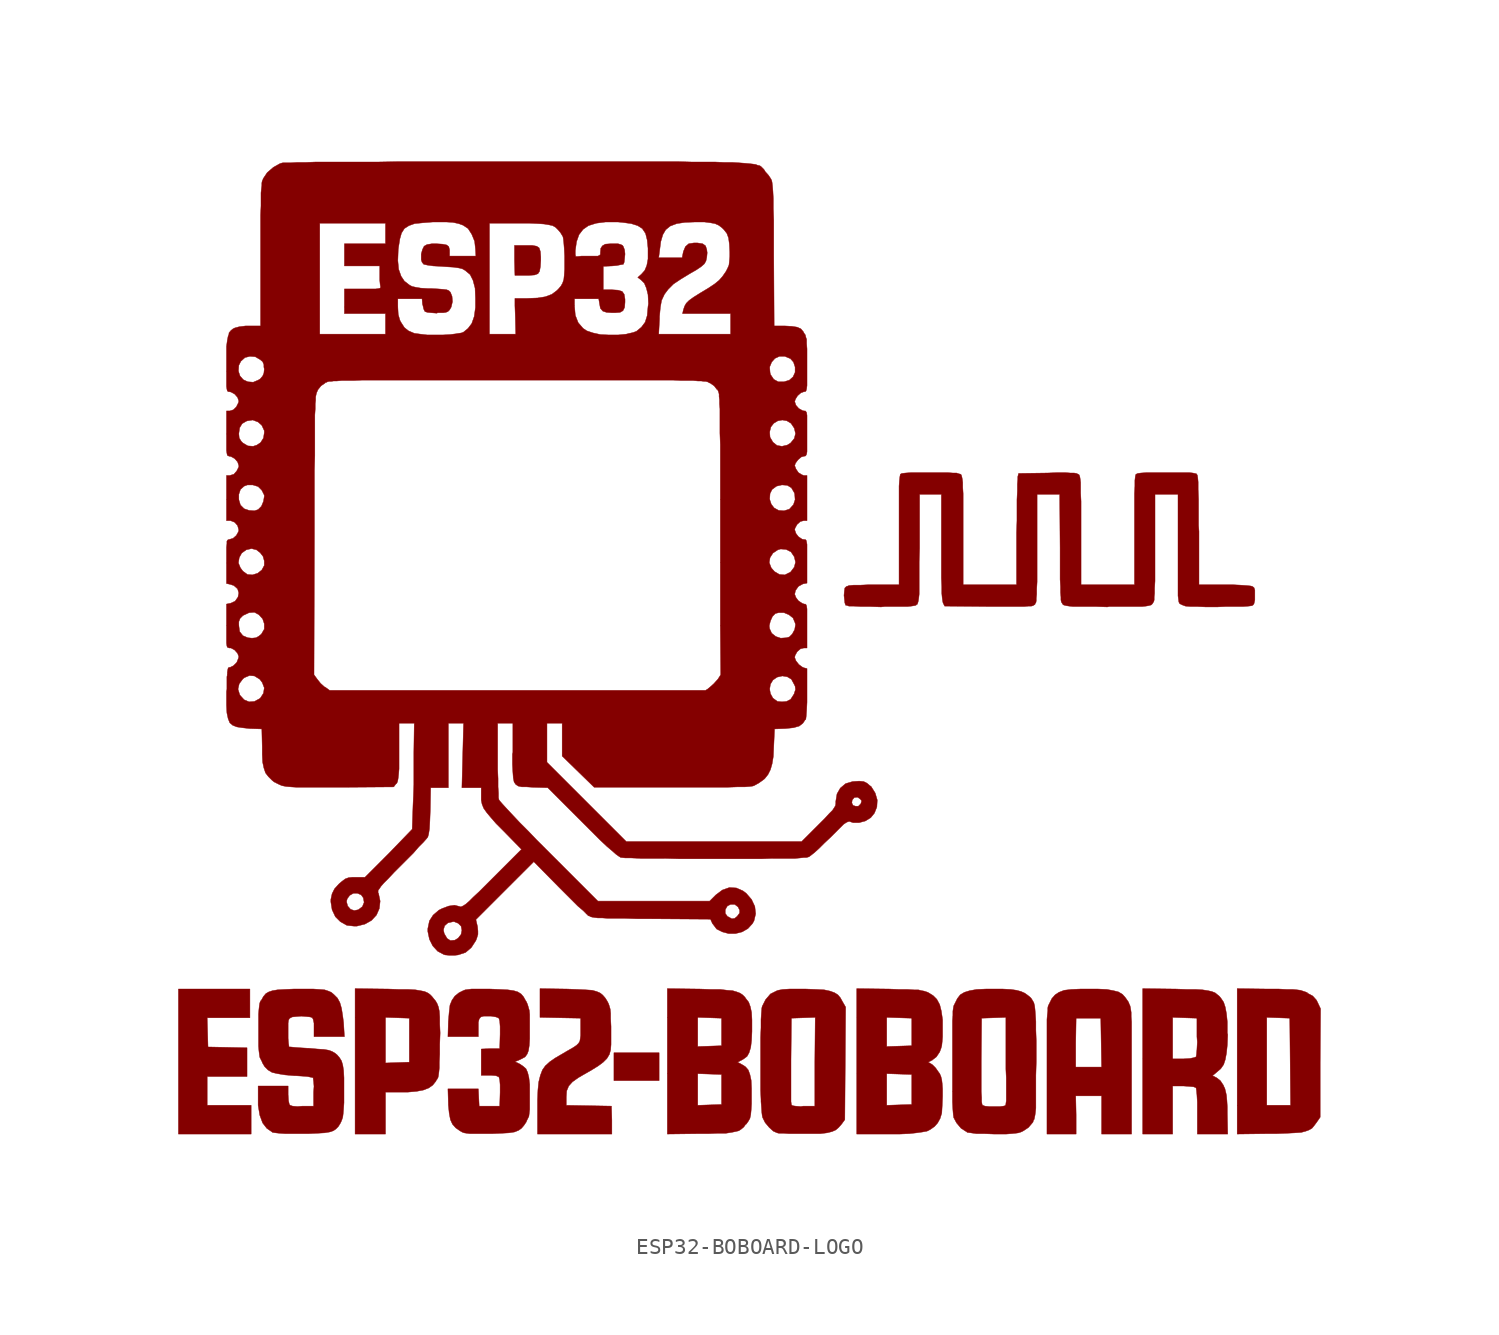
<source format=kicad_sym>
(kicad_symbol_lib
  (version 20241209)
  (generator "kicad_symbol_editor")
  (generator_version "9.0")
  (symbol "ESP32-BOBOARD-LOGO"
    (pin_names
      (offset 1.016))
    (property "Reference" "#G"
      (at 0 -42.57 0)
      (effects (font (size 1.524 1.524)) (hide yes)))
    (symbol "ESP32-BOBOARD-LOGO_0_0"
      (polyline (pts (xy -30.302 -25.832) (xy -33.02 -25.832) (xy -33.02 -24.054) (xy -30.556 -24.054) (xy -30.556 -22.276) (xy -31.775 -22.25) (xy -32.969 -22.225) (xy -32.995 -21.311) (xy -33.02 -20.422) (xy -30.378 -20.422) (xy -30.378 -18.644) (xy -34.798 -18.644) (xy -34.798 -27.61) (xy -30.302 -27.61) (xy -30.302 -25.832)) (stroke (width 0.025) (type solid)) (fill (type outline)))
      (polyline (pts (xy -26.187 -27.559) (xy -25.756 -27.534) (xy -25.451 -27.483) (xy -25.222 -27.407) (xy -25.07 -27.305) (xy -24.917 -27.153) (xy -24.79 -26.949) (xy -24.74 -26.848) (xy -24.689 -26.721) (xy -24.638 -26.568) (xy -24.613 -26.365) (xy -24.587 -26.06) (xy -24.562 -25.679) (xy -24.562 -24.13) (xy -24.587 -23.673) (xy -24.638 -23.343) (xy -24.714 -23.089) (xy -24.841 -22.885) (xy -24.994 -22.708) (xy -25.121 -22.606) (xy -25.298 -22.504) (xy -25.502 -22.428) (xy -25.806 -22.377) (xy -26.213 -22.352) (xy -26.772 -22.301) (xy -26.848 -22.301) (xy -27.28 -22.276) (xy -27.61 -22.25) (xy -27.864 -22.225) (xy -27.965 -22.225) (xy -27.965 -22.174) (xy -27.991 -21.996) (xy -28.016 -21.692) (xy -28.016 -20.752) (xy -27.991 -20.574) (xy -27.94 -20.472) (xy -27.864 -20.422) (xy -27.762 -20.371) (xy -27.508 -20.345) (xy -27.203 -20.32) (xy -26.899 -20.345) (xy -26.645 -20.371) (xy -26.518 -20.422) (xy -26.467 -20.523) (xy -26.416 -20.752) (xy -26.416 -21.59) (xy -24.536 -21.59) (xy -24.587 -20.726) (xy -24.638 -20.32) (xy -24.714 -19.837) (xy -24.816 -19.482) (xy -24.968 -19.202) (xy -25.197 -18.974) (xy -25.349 -18.847) (xy -25.527 -18.771) (xy -25.756 -18.694) (xy -26.06 -18.669) (xy -26.441 -18.644) (xy -27.686 -18.644) (xy -28.245 -18.669) (xy -28.677 -18.694) (xy -28.981 -18.745) (xy -29.21 -18.821) (xy -29.388 -18.923) (xy -29.54 -19.101) (xy -29.667 -19.329) (xy -29.718 -19.38) (xy -29.769 -19.507) (xy -29.794 -19.66) (xy -29.82 -19.888) (xy -29.845 -20.193) (xy -29.845 -22.174) (xy -29.82 -22.479) (xy -29.794 -22.682) (xy -29.769 -22.86) (xy -29.616 -23.165) (xy -29.616 -23.19) (xy -29.464 -23.444) (xy -29.261 -23.647) (xy -29.007 -23.8) (xy -28.677 -23.876) (xy -28.219 -23.952) (xy -27.635 -24.003) (xy -27.559 -24.003) (xy -27.153 -24.028) (xy -26.822 -24.054) (xy -26.568 -24.105) (xy -26.467 -24.13) (xy -26.467 -24.181) (xy -26.441 -24.359) (xy -26.416 -24.663) (xy -26.441 -25.019) (xy -26.441 -25.883) (xy -27.127 -25.883) (xy -27.432 -25.908) (xy -27.737 -25.883) (xy -27.889 -25.832) (xy -27.94 -25.781) (xy -27.991 -25.552) (xy -28.016 -25.171) (xy -28.016 -24.638) (xy -29.87 -24.638) (xy -29.87 -25.832) (xy -29.769 -26.441) (xy -29.591 -26.924) (xy -29.337 -27.254) (xy -29.007 -27.483) (xy -28.981 -27.508) (xy -28.804 -27.534) (xy -28.575 -27.559) (xy -28.219 -27.584) (xy -26.721 -27.584) (xy -26.187 -27.559)) (stroke (width 0.025) (type solid)) (fill (type outline)))
      (polyline (pts (xy -21.996 -25.019) (xy -20.625 -25.019) (xy -20.066 -24.968) (xy -19.66 -24.892) (xy -19.329 -24.765) (xy -19.075 -24.587) (xy -18.872 -24.333) (xy -18.872 -24.308) (xy -18.796 -24.206) (xy -18.745 -24.105) (xy -18.72 -23.978) (xy -18.694 -23.774) (xy -18.669 -23.52) (xy -18.669 -23.165) (xy -18.644 -22.682) (xy -18.644 -22.073) (xy -18.618 -21.361) (xy -18.644 -20.803) (xy -18.644 -20.371) (xy -18.669 -20.015) (xy -18.72 -19.761) (xy -18.796 -19.558) (xy -18.898 -19.38) (xy -19.025 -19.228) (xy -19.126 -19.101) (xy -19.253 -18.974) (xy -19.406 -18.872) (xy -19.583 -18.796) (xy -19.837 -18.745) (xy -20.142 -18.694) (xy -20.574 -18.669) (xy -21.133 -18.669) (xy -21.819 -18.644) (xy -23.876 -18.618) (xy -23.876 -20.396) (xy -21.996 -20.396) (xy -20.523 -20.447) (xy -20.523 -23.165) (xy -21.996 -23.216) (xy -21.996 -20.396) (xy -23.876 -20.396) (xy -23.876 -27.61) (xy -21.996 -27.61) (xy -21.996 -25.019)) (stroke (width 0.025) (type solid)) (fill (type outline)))
      (polyline (pts (xy -17.501 -16.535) (xy -17.043 -16.383) (xy -16.688 -16.078) (xy -16.408 -15.646) (xy -16.358 -15.519) (xy -16.281 -15.265) (xy -16.281 -15.062) (xy -16.307 -14.783) (xy -16.408 -14.351) (xy -12.827 -10.77) (xy -11.252 -12.37) (xy -10.109 -13.513) (xy -9.779 -13.792) (xy -9.601 -13.97) (xy -0.991 -13.97) (xy -0.991 -13.741) (xy -0.864 -13.513) (xy -0.66 -13.411) (xy -0.406 -13.411) (xy -0.203 -13.564) (xy -0.102 -13.767) (xy -0.102 -13.945) (xy -0.254 -14.148) (xy -0.406 -14.275) (xy -0.584 -14.3) (xy -0.813 -14.173) (xy -0.838 -14.173) (xy -0.991 -13.97) (xy -9.601 -13.97) (xy -9.449 -14.122) (xy -9.398 -14.122) (xy -9.322 -14.173) (xy -9.22 -14.199) (xy -9.068 -14.224) (xy -8.865 -14.249) (xy -8.585 -14.249) (xy -8.23 -14.275) (xy -7.163 -14.275) (xy -6.426 -14.3) (xy -5.537 -14.3) (xy -1.905 -14.326) (xy -1.778 -14.605) (xy -1.753 -14.63) (xy -1.524 -14.935) (xy -1.168 -15.113) (xy -0.787 -15.215) (xy -0.356 -15.215) (xy 0.051 -15.113) (xy 0.406 -14.91) (xy 0.686 -14.605) (xy 0.787 -14.427) (xy 0.889 -13.995) (xy 0.838 -13.538) (xy 0.635 -13.106) (xy 0.305 -12.725) (xy 0.102 -12.573) (xy -0.305 -12.395) (xy -0.737 -12.37) (xy -1.168 -12.522) (xy -1.575 -12.827) (xy -1.956 -13.208) (xy -8.865 -13.208) (xy -12.649 -9.423) (xy -13.183 -8.865) (xy -13.691 -8.357) (xy -14.122 -7.899) (xy -14.478 -7.518) (xy -14.757 -7.214) (xy -14.935 -7.01) (xy -14.986 -6.934) (xy -15.011 -6.807) (xy -15.011 -6.528) (xy -15.037 -6.147) (xy -15.037 -5.639) (xy -15.062 -5.08) (xy -15.062 -2.21) (xy -14.122 -2.21) (xy -14.122 -4.013) (xy -14.148 -4.115) (xy -14.148 -4.75) (xy -14.122 -5.232) (xy -14.097 -5.588) (xy -14.046 -5.842) (xy -13.945 -5.994) (xy -13.792 -6.096) (xy -13.564 -6.147) (xy -13.259 -6.147) (xy -12.878 -6.172) (xy -11.963 -6.198) (xy -8.712 -9.449) (xy -8.306 -9.83) (xy -7.976 -10.109) (xy -7.747 -10.312) (xy -7.569 -10.439) (xy -7.442 -10.516) (xy -7.391 -10.516) (xy -7.163 -10.541) (xy -6.782 -10.541) (xy -6.248 -10.566) (xy -4.775 -10.566) (xy -3.835 -10.592) (xy 1.27 -10.592) (xy 1.956 -10.566) (xy 3.353 -10.566) (xy 3.632 -10.541) (xy 3.861 -10.516) (xy 4.013 -10.516) (xy 4.115 -10.49) (xy 4.191 -10.465) (xy 4.293 -10.389) (xy 4.521 -10.211) (xy 4.801 -9.957) (xy 5.131 -9.627) (xy 5.512 -9.271) (xy 6.325 -8.458) (xy 6.477 -8.357) (xy 6.579 -8.306) (xy 6.68 -8.28) (xy 6.909 -8.357) (xy 7.29 -8.357) (xy 7.671 -8.255) (xy 8.001 -8.052) (xy 8.23 -7.772) (xy 8.382 -7.391) (xy 8.407 -6.96) (xy 8.28 -6.528) (xy 8.026 -6.121) (xy 7.95 -6.071) (xy 7.772 -5.918) (xy 7.569 -5.817) (xy 7.29 -5.791) (xy 6.883 -5.817) (xy 6.452 -5.944) (xy 6.121 -6.223) (xy 5.918 -6.579) (xy 5.842 -7.036) (xy 5.842 -7.137) (xy 6.833 -7.137) (xy 6.858 -6.96) (xy 6.985 -6.807) (xy 7.188 -6.782) (xy 7.366 -6.909) (xy 7.442 -7.01) (xy 7.391 -7.188) (xy 7.239 -7.341) (xy 7.061 -7.341) (xy 6.909 -7.29) (xy 6.833 -7.137) (xy 5.842 -7.137) (xy 5.842 -7.188) (xy 5.817 -7.315) (xy 5.74 -7.442) (xy 5.639 -7.595) (xy 5.436 -7.798) (xy 5.156 -8.103) (xy 3.734 -9.525) (xy -7.112 -9.525) (xy -12.014 -4.623) (xy -12.014 -2.21) (xy -11.074 -2.21) (xy -11.074 -4.242) (xy -9.093 -6.172) (xy -0.94 -6.172) (xy -0.279 -6.147) (xy 0.203 -6.147) (xy 0.533 -6.121) (xy 0.711 -6.096) (xy 0.787 -6.071) (xy 1.067 -5.918) (xy 1.321 -5.74) (xy 1.448 -5.639) (xy 1.651 -5.385) (xy 1.803 -5.08) (xy 1.905 -4.724) (xy 1.981 -4.267) (xy 2.007 -3.658) (xy 2.057 -2.565) (xy 2.743 -2.54) (xy 3.226 -2.489) (xy 3.581 -2.388) (xy 3.81 -2.21) (xy 3.962 -1.981) (xy 3.988 -1.981) (xy 4.013 -1.778) (xy 4.039 -1.422) (xy 4.064 -0.914) (xy 4.064 1.168) (xy 3.861 1.219) (xy 3.759 1.27) (xy 3.556 1.422) (xy 3.378 1.651) (xy 3.302 1.854) (xy 3.327 1.981) (xy 3.454 2.21) (xy 3.658 2.388) (xy 3.861 2.438) (xy 4.064 2.438) (xy 4.064 4.851) (xy 4.039 5.029) (xy 4.013 5.105) (xy 3.962 5.156) (xy 3.886 5.156) (xy 3.759 5.207) (xy 3.531 5.359) (xy 3.378 5.563) (xy 3.302 5.766) (xy 3.353 5.994) (xy 3.531 6.248) (xy 3.81 6.401) (xy 4.064 6.452) (xy 4.064 8.839) (xy 4.039 8.992) (xy 4.013 9.093) (xy 3.962 9.144) (xy 3.886 9.144) (xy 3.759 9.169) (xy 3.531 9.322) (xy 3.378 9.525) (xy 3.302 9.754) (xy 3.327 9.855) (xy 3.454 10.084) (xy 3.658 10.262) (xy 3.861 10.312) (xy 4.064 10.312) (xy 4.064 13.106) (xy 3.861 13.106) (xy 3.734 13.157) (xy 3.531 13.284) (xy 3.378 13.513) (xy 3.302 13.716) (xy 3.353 13.868) (xy 3.505 14.072) (xy 3.708 14.249) (xy 3.886 14.3) (xy 3.937 14.3) (xy 3.988 14.326) (xy 4.039 14.427) (xy 4.064 14.58) (xy 4.064 16.815) (xy 4.039 16.993) (xy 3.988 17.069) (xy 3.962 17.094) (xy 3.886 17.094) (xy 3.785 17.12) (xy 3.556 17.247) (xy 3.378 17.45) (xy 3.302 17.678) (xy 3.353 17.831) (xy 3.48 18.034) (xy 3.683 18.212) (xy 3.886 18.288) (xy 3.937 18.288) (xy 3.988 18.313) (xy 4.013 18.364) (xy 4.039 18.466) (xy 4.064 18.669) (xy 4.064 20.93) (xy 4.039 21.26) (xy 4.039 21.514) (xy 3.988 21.666) (xy 3.962 21.793) (xy 3.886 21.895) (xy 3.835 21.996) (xy 3.683 22.174) (xy 3.454 22.276) (xy 3.124 22.327) (xy 2.667 22.352) (xy 2.032 22.352) (xy 2.007 26.721) (xy 2.007 28.905) (xy 1.981 29.616) (xy 1.981 30.226) (xy 1.956 30.683) (xy 1.93 31.013) (xy 1.905 31.217) (xy 1.88 31.344) (xy 1.829 31.445) (xy 1.676 31.674) (xy 1.473 31.902) (xy 1.448 31.953) (xy 1.397 32.029) (xy 1.219 32.207) (xy 1.143 32.258) (xy 1.016 32.283) (xy 0.889 32.334) (xy 0.711 32.36) (xy 0.483 32.385) (xy 0.203 32.41) (xy -0.152 32.436) (xy -0.559 32.461) (xy -1.067 32.461) (xy -1.651 32.487) (xy -3.099 32.487) (xy -3.988 32.512) (xy -21.107 32.512) (xy -22.403 32.487) (xy -26.289 32.487) (xy -26.924 32.461) (xy -27.457 32.461) (xy -27.864 32.436) (xy -28.346 32.436) (xy -28.448 32.41) (xy -28.524 32.385) (xy -28.931 32.156) (xy -29.312 31.826) (xy -29.566 31.445) (xy -29.566 31.42) (xy -29.616 31.318) (xy -29.642 31.191) (xy -29.642 31.039) (xy -29.667 30.836) (xy -29.693 30.582) (xy -29.693 29.769) (xy -29.718 29.21) (xy -29.718 22.352) (xy -30.632 22.352) (xy -31.039 22.301) (xy -31.318 22.225) (xy -31.42 22.174) (xy -31.547 22.073) (xy -31.674 21.92) (xy -31.674 21.844) (xy -26.06 21.844) (xy -26.06 28.702) (xy -21.996 28.702) (xy -21.996 27.432) (xy -24.536 27.432) (xy -24.536 26.06) (xy -22.352 26.06) (xy -22.352 25.171) (xy -22.327 24.917) (xy -22.301 24.765) (xy -22.301 24.74) (xy -22.327 24.689) (xy -22.428 24.663) (xy -22.606 24.638) (xy -24.536 24.638) (xy -24.536 23.52) (xy -21.234 23.52) (xy -21.234 24.028) (xy -19.736 24.028) (xy -19.71 23.698) (xy -19.685 23.622) (xy -19.634 23.393) (xy -19.558 23.241) (xy -19.406 23.19) (xy -19.152 23.165) (xy -18.821 23.139) (xy -18.771 23.165) (xy -18.44 23.165) (xy -18.263 23.19) (xy -18.136 23.241) (xy -18.034 23.343) (xy -17.932 23.52) (xy -17.856 23.851) (xy -17.882 24.181) (xy -17.983 24.435) (xy -18.085 24.536) (xy -18.212 24.587) (xy -18.415 24.613) (xy -18.72 24.638) (xy -19.177 24.663) (xy -19.38 24.663) (xy -19.812 24.689) (xy -20.117 24.74) (xy -20.345 24.79) (xy -20.498 24.867) (xy -20.828 25.121) (xy -21.031 25.425) (xy -21.184 25.857) (xy -21.234 26.391) (xy -21.209 27.076) (xy -21.184 27.254) (xy -21.107 27.737) (xy -21.006 28.092) (xy -20.828 28.372) (xy -20.549 28.55) (xy -20.193 28.677) (xy -19.685 28.727) (xy -19.05 28.778) (xy -18.263 28.778) (xy -17.831 28.753) (xy -17.475 28.677) (xy -17.196 28.575) (xy -16.891 28.372) (xy -16.662 28.016) (xy -16.485 27.584) (xy -16.434 27.102) (xy -16.408 26.67) (xy -18.034 26.67) (xy -18.034 27.051) (xy -18.085 27.254) (xy -18.212 27.356) (xy -18.466 27.407) (xy -18.847 27.432) (xy -19.126 27.432) (xy -19.431 27.381) (xy -19.609 27.28) (xy -19.71 27.076) (xy -19.787 26.797) (xy -19.787 26.441) (xy -19.736 26.289) (xy -19.634 26.162) (xy -19.406 26.111) (xy -19.05 26.06) (xy -18.567 26.035) (xy -18.237 26.01) (xy -17.805 25.984) (xy -17.45 25.933) (xy -17.247 25.883) (xy -17.069 25.781) (xy -16.764 25.527) (xy -16.586 25.171) (xy -16.459 24.689) (xy -16.434 24.054) (xy -16.434 23.495) (xy -16.51 22.936) (xy -16.662 22.504) (xy -16.891 22.2) (xy -17.17 21.971) (xy -17.297 21.92) (xy -17.602 21.869) (xy -17.805 21.844) (xy -15.57 21.844) (xy -15.57 28.702) (xy -13.106 28.702) (xy -12.573 28.677) (xy -12.192 28.651) (xy -11.887 28.6) (xy -11.659 28.55) (xy -11.481 28.448) (xy -11.328 28.296) (xy -11.176 28.118) (xy -11.024 27.864) (xy -10.998 27.711) (xy -10.973 27.483) (xy -10.947 27.153) (xy -10.922 26.67) (xy -10.922 25.857) (xy -10.947 25.476) (xy -10.973 25.222) (xy -11.049 24.994) (xy -11.151 24.816) (xy -11.303 24.638) (xy -11.405 24.536) (xy -11.709 24.308) (xy -12.116 24.155) (xy -12.598 24.079) (xy -13.233 24.054) (xy -13.995 24.054) (xy -13.995 23.597) (xy -10.312 23.597) (xy -10.312 24.028) (xy -8.814 24.028) (xy -8.763 23.724) (xy -8.712 23.444) (xy -8.56 23.266) (xy -8.331 23.19) (xy -7.976 23.165) (xy -7.823 23.165) (xy -7.493 23.19) (xy -7.315 23.292) (xy -7.214 23.495) (xy -7.188 23.825) (xy -7.188 24.003) (xy -7.239 24.308) (xy -7.366 24.486) (xy -7.62 24.562) (xy -8.001 24.587) (xy -8.534 24.587) (xy -8.534 26.035) (xy -7.976 26.06) (xy -7.696 26.086) (xy -7.442 26.137) (xy -7.29 26.162) (xy -7.239 26.289) (xy -7.214 26.518) (xy -7.188 26.797) (xy -7.214 27.051) (xy -7.29 27.254) (xy -7.341 27.33) (xy -7.442 27.381) (xy -7.62 27.432) (xy -8.077 27.432) (xy -8.407 27.407) (xy -8.585 27.305) (xy -8.687 27.153) (xy -8.712 26.873) (xy -8.712 26.772) (xy -8.763 26.721) (xy -8.865 26.67) (xy -9.881 26.67) (xy -10.109 26.645) (xy -10.236 26.645) (xy -10.262 26.772) (xy -10.262 27) (xy -10.185 27.559) (xy -10.033 27.991) (xy -9.779 28.321) (xy -9.449 28.55) (xy -8.966 28.702) (xy -8.382 28.778) (xy -7.645 28.778) (xy -7.366 28.753) (xy -6.807 28.677) (xy -6.401 28.55) (xy -6.121 28.372) (xy -5.918 28.067) (xy -5.817 27.661) (xy -5.766 27.153) (xy -5.766 26.492) (xy -5.842 26.086) (xy -5.969 25.781) (xy -6.172 25.552) (xy -6.401 25.349) (xy -6.198 25.197) (xy -5.994 24.994) (xy -5.867 24.689) (xy -5.766 24.282) (xy -5.74 23.724) (xy -5.766 23.546) (xy -5.817 22.987) (xy -5.944 22.581) (xy -6.172 22.276) (xy -6.477 22.022) (xy -6.68 21.946) (xy -7.112 21.844) (xy -5.105 21.844) (xy -5.055 22.784) (xy -5.055 22.936) (xy -5.004 23.495) (xy -4.928 23.927) (xy -4.75 24.308) (xy -4.521 24.613) (xy -4.191 24.943) (xy -3.734 25.248) (xy -3.15 25.603) (xy -2.794 25.806) (xy -2.489 26.01) (xy -2.286 26.187) (xy -2.184 26.365) (xy -2.134 26.594) (xy -2.108 26.873) (xy -2.134 27.076) (xy -2.21 27.305) (xy -2.388 27.432) (xy -2.718 27.483) (xy -2.921 27.483) (xy -3.251 27.432) (xy -3.454 27.254) (xy -3.581 26.949) (xy -3.658 26.568) (xy -5.105 26.568) (xy -5.029 27.153) (xy -4.978 27.559) (xy -4.851 27.991) (xy -4.674 28.296) (xy -4.394 28.524) (xy -3.988 28.677) (xy -3.48 28.753) (xy -2.819 28.778) (xy -2.286 28.778) (xy -1.905 28.727) (xy -1.626 28.677) (xy -1.397 28.575) (xy -1.194 28.423) (xy -1.067 28.296) (xy -0.889 28.067) (xy -0.787 27.788) (xy -0.737 27.407) (xy -0.711 26.924) (xy -0.711 26.645) (xy -0.737 26.34) (xy -0.762 26.111) (xy -0.838 25.933) (xy -0.94 25.73) (xy -0.991 25.654) (xy -1.168 25.4) (xy -1.372 25.171) (xy -1.651 24.943) (xy -2.032 24.689) (xy -2.54 24.384) (xy -2.946 24.13) (xy -3.226 23.927) (xy -3.404 23.749) (xy -3.505 23.571) (xy -3.581 23.343) (xy -3.632 23.114) (xy -0.66 23.114) (xy -0.66 21.844) (xy -5.105 21.844) (xy -7.112 21.844) (xy -7.62 21.793) (xy -8.179 21.793) (xy -8.712 21.819) (xy -9.169 21.92) (xy -9.55 22.047) (xy -9.779 22.2) (xy -10.084 22.555) (xy -10.262 23.012) (xy -10.312 23.597) (xy -13.995 23.597) (xy -13.97 22.936) (xy -13.945 21.844) (xy -15.57 21.844) (xy -17.805 21.844) (xy -18.009 21.819) (xy -18.466 21.793) (xy -19.406 21.793) (xy -19.837 21.844) (xy -20.218 21.895) (xy -20.574 22.047) (xy -20.828 22.25) (xy -21.057 22.606) (xy -21.107 22.708) (xy -21.209 23.063) (xy -21.234 23.52) (xy -24.536 23.52) (xy -24.536 23.114) (xy -21.996 23.114) (xy -21.996 21.844) (xy -26.06 21.844) (xy -31.674 21.844) (xy -31.725 21.717) (xy -31.775 21.463) (xy -31.826 21.082) (xy -31.826 19.558) (xy -31.09 19.558) (xy -31.064 19.914) (xy -30.937 20.168) (xy -30.683 20.396) (xy -30.378 20.472) (xy -30.048 20.447) (xy -29.743 20.269) (xy -29.591 20.142) (xy -29.515 19.964) (xy -29.515 19.812) (xy 1.753 19.812) (xy 1.88 20.117) (xy 2.083 20.345) (xy 2.362 20.472) (xy 2.692 20.472) (xy 2.997 20.345) (xy 3.023 20.345) (xy 3.226 20.117) (xy 3.327 19.812) (xy 3.327 19.482) (xy 3.2 19.202) (xy 2.972 18.999) (xy 2.642 18.898) (xy 2.286 18.898) (xy 2.007 19.05) (xy 1.803 19.355) (xy 1.778 19.482) (xy 1.753 19.812) (xy -29.515 19.812) (xy -29.489 19.685) (xy -29.515 19.431) (xy -29.591 19.253) (xy -29.743 19.075) (xy -29.87 18.999) (xy -30.175 18.872) (xy -30.505 18.898) (xy -30.785 19.025) (xy -30.988 19.253) (xy -31.09 19.558) (xy -31.826 19.558) (xy -31.826 18.618) (xy -31.801 18.44) (xy -31.775 18.339) (xy -31.725 18.288) (xy -31.674 18.288) (xy -31.547 18.263) (xy -31.318 18.136) (xy -31.14 17.932) (xy -31.064 17.704) (xy -31.09 17.602) (xy -31.217 17.348) (xy -31.394 17.17) (xy -31.623 17.094) (xy -31.826 17.094) (xy -31.826 15.672) (xy -31.064 15.672) (xy -31.064 15.697) (xy -31.013 16.053) (xy -30.861 16.307) (xy -30.607 16.459) (xy -30.531 16.485) (xy -30.201 16.535) (xy -29.87 16.408) (xy -29.642 16.205) (xy -29.489 15.875) (xy -29.489 15.748) (xy -29.54 15.418) (xy -29.718 15.138) (xy -29.947 14.986) (xy -30.175 14.91) (xy -30.505 14.935) (xy -30.81 15.113) (xy -30.912 15.215) (xy -31.039 15.418) (xy -31.064 15.672) (xy -31.826 15.672) (xy -31.826 14.656) (xy -31.801 14.478) (xy -31.775 14.351) (xy -31.674 14.3) (xy -31.547 14.275) (xy -31.318 14.148) (xy -31.14 13.945) (xy -31.064 13.716) (xy -31.064 13.64) (xy -31.191 13.386) (xy -31.369 13.183) (xy -31.623 13.106) (xy -31.826 13.106) (xy -31.826 11.608) (xy -31.064 11.608) (xy -31.064 11.938) (xy -30.963 12.243) (xy -30.734 12.446) (xy -30.531 12.522) (xy -30.201 12.522) (xy -29.87 12.421) (xy -29.642 12.192) (xy -29.489 11.887) (xy -29.489 11.811) (xy -29.54 11.506) (xy -29.667 11.201) (xy -29.87 10.998) (xy -30.099 10.922) (xy -30.429 10.947) (xy -30.734 11.049) (xy -30.963 11.278) (xy -31.064 11.608) (xy -31.826 11.608) (xy -31.826 10.312) (xy -31.572 10.312) (xy -31.318 10.211) (xy -31.14 10.008) (xy -31.064 9.728) (xy -31.09 9.627) (xy -31.217 9.398) (xy -31.42 9.22) (xy -31.674 9.144) (xy -31.699 9.144) (xy -31.75 9.119) (xy -31.801 9.042) (xy -31.801 8.89) (xy -31.826 8.661) (xy -31.826 7.696) (xy -31.09 7.696) (xy -31.039 8.026) (xy -30.886 8.306) (xy -30.607 8.509) (xy -30.277 8.585) (xy -29.972 8.509) (xy -29.743 8.331) (xy -29.566 8.103) (xy -29.489 7.823) (xy -29.489 7.544) (xy -29.642 7.264) (xy -29.896 7.061) (xy -30.226 6.96) (xy -30.531 6.985) (xy -30.81 7.188) (xy -30.963 7.391) (xy -31.09 7.696) (xy -31.826 7.696) (xy -31.826 6.426) (xy -31.598 6.375) (xy -31.369 6.299) (xy -31.14 6.096) (xy -31.064 5.842) (xy -31.115 5.588) (xy -31.293 5.334) (xy -31.572 5.207) (xy -31.826 5.156) (xy -31.826 3.835) (xy -31.064 3.835) (xy -31.064 4.064) (xy -30.988 4.267) (xy -30.81 4.445) (xy -30.759 4.47) (xy -30.429 4.623) (xy -30.099 4.648) (xy -29.82 4.496) (xy -29.591 4.242) (xy -29.489 3.937) (xy -29.489 3.607) (xy -29.667 3.302) (xy -29.82 3.175) (xy -29.997 3.073) (xy -30.251 3.048) (xy -30.505 3.073) (xy -30.81 3.2) (xy -31.013 3.454) (xy -31.064 3.835) (xy -31.826 3.835) (xy -31.826 2.743) (xy -31.801 2.565) (xy -31.775 2.489) (xy -31.725 2.464) (xy -31.648 2.438) (xy -31.547 2.438) (xy -31.318 2.311) (xy -31.14 2.108) (xy -31.064 1.905) (xy -31.09 1.803) (xy -31.191 1.549) (xy -31.394 1.346) (xy -31.598 1.245) (xy -31.674 1.245) (xy -31.725 1.194) (xy -31.75 1.092) (xy -31.775 0.94) (xy -31.775 0.787) (xy -26.416 0.787) (xy -26.391 9.423) (xy -26.391 13.411) (xy -26.365 14.326) (xy -26.365 16.84) (xy -26.34 17.221) (xy -26.34 17.526) (xy -26.314 17.755) (xy -26.314 17.958) (xy -26.289 18.085) (xy -26.264 18.186) (xy -26.238 18.263) (xy -26.187 18.364) (xy -26.187 18.39) (xy -25.984 18.644) (xy -25.73 18.821) (xy -25.73 18.847) (xy -25.679 18.847) (xy -25.578 18.898) (xy -25.476 18.923) (xy -25.349 18.923) (xy -25.197 18.948) (xy -24.994 18.948) (xy -24.714 18.974) (xy -23.978 18.974) (xy -23.47 18.999) (xy -4.191 18.999) (xy -3.708 18.974) (xy -2.972 18.974) (xy -2.692 18.948) (xy -2.489 18.948) (xy -2.311 18.923) (xy -2.21 18.923) (xy -2.108 18.898) (xy -2.032 18.872) (xy -2.007 18.847) (xy -1.956 18.821) (xy -1.93 18.821) (xy -1.676 18.644) (xy -1.499 18.415) (xy -1.473 18.415) (xy -1.422 18.313) (xy -1.397 18.237) (xy -1.372 18.136) (xy -1.372 17.983) (xy -1.346 17.78) (xy -1.346 17.526) (xy -1.321 17.221) (xy -1.321 15.799) (xy 1.753 15.799) (xy 1.829 16.104) (xy 2.007 16.332) (xy 2.261 16.485) (xy 2.54 16.535) (xy 2.819 16.485) (xy 3.073 16.332) (xy 3.277 16.027) (xy 3.353 15.697) (xy 3.277 15.392) (xy 3.048 15.113) (xy 2.845 14.986) (xy 2.515 14.91) (xy 2.21 14.961) (xy 1.956 15.164) (xy 1.778 15.469) (xy 1.753 15.799) (xy -1.321 15.799) (xy -1.321 15.723) (xy -1.295 15.011) (xy -1.295 11.633) (xy 1.753 11.633) (xy 1.778 11.989) (xy 1.905 12.243) (xy 2.184 12.446) (xy 2.515 12.522) (xy 2.845 12.497) (xy 3.099 12.344) (xy 3.277 12.04) (xy 3.302 11.963) (xy 3.327 11.608) (xy 3.226 11.303) (xy 2.997 11.049) (xy 2.972 11.024) (xy 2.642 10.922) (xy 2.311 10.947) (xy 2.032 11.1) (xy 1.854 11.328) (xy 1.753 11.633) (xy -1.295 11.633) (xy -1.295 9.474) (xy -1.295 7.722) (xy 1.727 7.722) (xy 1.778 8.026) (xy 1.956 8.306) (xy 2.261 8.509) (xy 2.438 8.56) (xy 2.769 8.534) (xy 3.073 8.382) (xy 3.277 8.077) (xy 3.353 7.747) (xy 3.277 7.442) (xy 3.048 7.137) (xy 2.692 6.96) (xy 2.362 6.985) (xy 2.057 7.163) (xy 1.854 7.391) (xy 1.727 7.722) (xy -1.295 7.722) (xy -1.295 3.81) (xy 1.727 3.81) (xy 1.803 4.115) (xy 1.93 4.394) (xy 2.108 4.572) (xy 2.311 4.623) (xy 2.642 4.623) (xy 2.946 4.496) (xy 3.2 4.293) (xy 3.327 3.988) (xy 3.353 3.886) (xy 3.302 3.581) (xy 3.15 3.302) (xy 2.972 3.124) (xy 2.794 3.073) (xy 2.438 3.048) (xy 2.134 3.15) (xy 1.88 3.353) (xy 1.753 3.632) (xy 1.727 3.81) (xy -1.295 3.81) (xy -1.27 0.787) (xy -1.448 0.508) (xy -1.473 0.483) (xy -1.702 0.229) (xy -1.93 0.025) (xy -2.083 -0.102) (xy 1.753 -0.102) (xy 1.803 0.203) (xy 1.956 0.457) (xy 2.21 0.635) (xy 2.54 0.711) (xy 2.845 0.66) (xy 3.099 0.508) (xy 3.277 0.178) (xy 3.327 0.076) (xy 3.353 -0.127) (xy 3.277 -0.356) (xy 3.277 -0.381) (xy 3.15 -0.584) (xy 3.048 -0.737) (xy 2.794 -0.864) (xy 2.515 -0.889) (xy 2.261 -0.864) (xy 2.235 -0.864) (xy 1.956 -0.66) (xy 1.803 -0.381) (xy 1.753 -0.102) (xy -2.083 -0.102) (xy -2.21 -0.178) (xy -25.451 -0.178) (xy -25.73 0.025) (xy -25.756 0.025) (xy -26.01 0.254) (xy -26.213 0.508) (xy -26.416 0.787) (xy -31.775 0.787) (xy -31.801 0.66) (xy -31.801 0.279) (xy -31.801 -0.102) (xy -31.115 -0.102) (xy -31.039 0.229) (xy -30.81 0.533) (xy -30.709 0.61) (xy -30.404 0.737) (xy -30.099 0.711) (xy -29.769 0.508) (xy -29.616 0.305) (xy -29.489 -0.025) (xy -29.54 -0.356) (xy -29.718 -0.635) (xy -29.769 -0.686) (xy -30.099 -0.864) (xy -30.429 -0.889) (xy -30.734 -0.762) (xy -30.988 -0.483) (xy -31.013 -0.432) (xy -31.115 -0.102) (xy -31.801 -0.102) (xy -31.826 -0.254) (xy -31.826 -1.092) (xy -31.801 -1.575) (xy -31.725 -1.93) (xy -31.623 -2.184) (xy -31.445 -2.337) (xy -31.191 -2.438) (xy -30.861 -2.489) (xy -30.404 -2.54) (xy -29.642 -2.565) (xy -29.616 -3.683) (xy -29.616 -4.14) (xy -29.591 -4.623) (xy -29.515 -4.978) (xy -29.413 -5.283) (xy -29.235 -5.512) (xy -29.007 -5.74) (xy -28.88 -5.842) (xy -28.575 -5.994) (xy -28.397 -6.071) (xy -28.143 -6.121) (xy -27.838 -6.147) (xy -27.457 -6.172) (xy -24.74 -6.172) (xy -21.488 -6.147) (xy -21.336 -5.944) (xy -21.311 -5.944) (xy -21.26 -5.842) (xy -21.234 -5.74) (xy -21.209 -5.588) (xy -21.184 -5.359) (xy -21.158 -5.029) (xy -21.158 -2.21) (xy -20.218 -2.21) (xy -20.244 -4.013) (xy -20.244 -6.02) (xy -20.269 -6.706) (xy -20.295 -7.29) (xy -20.345 -8.763) (xy -21.793 -10.262) (xy -23.266 -11.735) (xy -24.054 -11.735) (xy -24.282 -11.76) (xy -24.486 -11.836) (xy -24.689 -11.989) (xy -24.867 -12.141) (xy -25.146 -12.446) (xy -25.298 -12.751) (xy -25.375 -13.106) (xy -25.375 -13.233) (xy -24.409 -13.233) (xy -24.359 -13.056) (xy -24.206 -12.852) (xy -23.978 -12.725) (xy -23.724 -12.725) (xy -23.495 -12.827) (xy -23.368 -13.005) (xy -23.317 -13.284) (xy -23.419 -13.538) (xy -23.444 -13.564) (xy -23.673 -13.741) (xy -23.927 -13.792) (xy -24.155 -13.716) (xy -24.333 -13.513) (xy -24.409 -13.233) (xy -25.375 -13.233) (xy -25.375 -13.259) (xy -25.298 -13.741) (xy -25.095 -14.173) (xy -24.79 -14.478) (xy -24.384 -14.707) (xy -23.927 -14.757) (xy -23.774 -14.757) (xy -23.266 -14.63) (xy -22.86 -14.402) (xy -22.555 -14.072) (xy -22.377 -13.665) (xy -22.327 -13.208) (xy -22.428 -12.725) (xy -22.454 -12.7) (xy -22.454 -12.548) (xy -22.377 -12.446) (xy -22.276 -12.294) (xy -22.098 -12.09) (xy -21.819 -11.811) (xy -21.463 -11.43) (xy -20.269 -10.236) (xy -19.939 -9.855) (xy -19.66 -9.576) (xy -19.456 -9.347) (xy -19.38 -9.246) (xy -19.329 -9.068) (xy -19.279 -8.738) (xy -19.253 -8.255) (xy -19.228 -7.595) (xy -19.202 -6.198) (xy -18.11 -6.198) (xy -18.11 -2.21) (xy -17.17 -2.21) (xy -17.221 -4.191) (xy -17.272 -6.198) (xy -16.078 -6.198) (xy -16.078 -6.96) (xy -16.027 -7.214) (xy -15.926 -7.468) (xy -15.748 -7.722) (xy -15.494 -8.026) (xy -15.164 -8.407) (xy -14.707 -8.865) (xy -13.589 -10.008) (xy -16.205 -12.624) (xy -16.561 -12.954) (xy -16.815 -13.208) (xy -17.018 -13.386) (xy -17.17 -13.487) (xy -17.272 -13.538) (xy -17.348 -13.564) (xy -17.424 -13.538) (xy -17.729 -13.462) (xy -18.085 -13.513) (xy -18.491 -13.665) (xy -18.694 -13.767) (xy -19.05 -14.072) (xy -19.279 -14.427) (xy -19.38 -14.91) (xy -19.38 -14.986) (xy -18.415 -14.986) (xy -18.339 -14.732) (xy -18.136 -14.554) (xy -17.805 -14.478) (xy -17.755 -14.478) (xy -17.501 -14.58) (xy -17.323 -14.757) (xy -17.272 -15.011) (xy -17.323 -15.265) (xy -17.501 -15.494) (xy -17.704 -15.621) (xy -17.983 -15.646) (xy -18.186 -15.519) (xy -18.364 -15.215) (xy -18.415 -14.986) (xy -19.38 -14.986) (xy -19.38 -15.088) (xy -19.279 -15.57) (xy -19.075 -15.977) (xy -18.771 -16.307) (xy -18.39 -16.51) (xy -18.313 -16.535) (xy -18.034 -16.561) (xy -17.729 -16.561) (xy -17.501 -16.535)) (stroke (width 0.025) (type solid)) (fill (type outline)))
      (polyline (pts (xy -14.783 -27.559) (xy -14.351 -27.534) (xy -14.021 -27.483) (xy -13.767 -27.381) (xy -13.589 -27.254) (xy -13.437 -27.076) (xy -13.284 -26.848) (xy -13.284 -26.822) (xy -13.132 -26.518) (xy -13.106 -26.314) (xy -13.081 -26.086) (xy -13.081 -24.536) (xy -13.132 -24.105) (xy -13.208 -23.8) (xy -13.31 -23.571) (xy -13.487 -23.419) (xy -13.716 -23.266) (xy -13.995 -23.139) (xy -13.691 -23.012) (xy -13.538 -22.936) (xy -13.36 -22.835) (xy -13.233 -22.657) (xy -13.157 -22.454) (xy -13.106 -22.123) (xy -13.081 -21.717) (xy -13.081 -20.218) (xy -13.106 -19.964) (xy -13.208 -19.609) (xy -13.284 -19.431) (xy -13.335 -19.355) (xy -13.462 -19.126) (xy -13.614 -18.948) (xy -13.818 -18.821) (xy -14.072 -18.745) (xy -14.427 -18.694) (xy -14.91 -18.669) (xy -15.519 -18.644) (xy -16.688 -18.644) (xy -16.891 -18.669) (xy -17.069 -18.694) (xy -17.196 -18.745) (xy -17.45 -18.872) (xy -17.704 -19.075) (xy -17.882 -19.329) (xy -18.009 -19.634) (xy -18.059 -20.066) (xy -18.11 -20.65) (xy -18.136 -21.59) (xy -16.256 -21.59) (xy -16.256 -20.701) (xy -16.205 -20.498) (xy -16.104 -20.371) (xy -15.926 -20.32) (xy -15.469 -20.32) (xy -15.164 -20.371) (xy -14.986 -20.447) (xy -14.935 -20.625) (xy -14.91 -20.955) (xy -14.91 -21.438) (xy -14.935 -22.327) (xy -15.519 -22.327) (xy -16.078 -22.352) (xy -16.078 -23.978) (xy -15.469 -23.978) (xy -15.164 -24.003) (xy -14.986 -24.079) (xy -14.935 -24.257) (xy -14.91 -24.562) (xy -14.91 -25.044) (xy -14.935 -25.883) (xy -16.205 -25.883) (xy -16.256 -24.816) (xy -18.136 -24.816) (xy -18.11 -25.73) (xy -18.11 -25.806) (xy -18.059 -26.314) (xy -17.983 -26.721) (xy -17.856 -27) (xy -17.653 -27.229) (xy -17.399 -27.407) (xy -17.272 -27.483) (xy -17.145 -27.534) (xy -16.993 -27.559) (xy -16.789 -27.584) (xy -15.367 -27.584) (xy -14.783 -27.559)) (stroke (width 0.025) (type solid)) (fill (type outline)))
      (polyline (pts (xy -12.776 25.502) (xy -12.573 25.578) (xy -12.471 25.73) (xy -12.421 26.01) (xy -12.395 26.416) (xy -12.395 26.619) (xy -12.421 26.949) (xy -12.497 27.178) (xy -12.649 27.28) (xy -12.929 27.33) (xy -14.021 27.33) (xy -14.021 26.416) (xy -13.995 25.476) (xy -13.132 25.476) (xy -12.776 25.502)) (stroke (width 0.025) (type solid)) (fill (type outline)))
      (polyline (pts (xy -8.001 -26.746) (xy -8.026 -25.883) (xy -10.82 -25.832) (xy -10.82 -25.324) (xy -10.795 -24.943) (xy -10.668 -24.638) (xy -10.439 -24.384) (xy -10.084 -24.13) (xy -9.779 -23.952) (xy -9.246 -23.647) (xy -8.839 -23.393) (xy -8.534 -23.165) (xy -8.306 -22.936) (xy -8.153 -22.682) (xy -8.077 -22.403) (xy -8.052 -22.073) (xy -8.052 -20.955) (xy -8.077 -20.472) (xy -8.077 -20.142) (xy -8.103 -19.888) (xy -8.153 -19.71) (xy -8.204 -19.558) (xy -8.28 -19.406) (xy -8.407 -19.202) (xy -8.56 -19.025) (xy -8.712 -18.898) (xy -8.941 -18.796) (xy -9.22 -18.72) (xy -9.601 -18.694) (xy -10.109 -18.669) (xy -10.77 -18.644) (xy -12.446 -18.618) (xy -12.446 -20.396) (xy -11.201 -20.422) (xy -9.931 -20.447) (xy -9.931 -21.514) (xy -9.957 -21.717) (xy -9.982 -21.869) (xy -10.058 -21.996) (xy -10.185 -22.123) (xy -10.414 -22.276) (xy -10.77 -22.479) (xy -11.201 -22.733) (xy -11.506 -22.911) (xy -11.836 -23.139) (xy -12.116 -23.393) (xy -12.294 -23.647) (xy -12.421 -23.978) (xy -12.522 -24.384) (xy -12.573 -24.892) (xy -12.598 -25.502) (xy -12.598 -27.61) (xy -8.001 -27.61) (xy -8.001 -26.746)) (stroke (width 0.025) (type solid)) (fill (type outline)))
      (polyline (pts (xy -5.08 -22.581) (xy -7.874 -22.581) (xy -7.874 -24.308) (xy -5.08 -24.308) (xy -5.08 -22.581)) (stroke (width 0.025) (type solid)) (fill (type outline)))
      (polyline (pts (xy -2.515 -27.584) (xy -1.981 -27.584) (xy -1.397 -27.559) (xy -0.94 -27.559) (xy -0.61 -27.508) (xy -0.356 -27.457) (xy -0.152 -27.407) (xy 0 -27.305) (xy 0.152 -27.178) (xy 0.279 -27) (xy 0.305 -27) (xy 0.432 -26.822) (xy 0.533 -26.645) (xy 0.584 -26.416) (xy 0.61 -26.137) (xy 0.635 -25.73) (xy 0.635 -24.79) (xy 0.61 -24.282) (xy 0.533 -23.927) (xy 0.432 -23.647) (xy 0.254 -23.444) (xy 0.051 -23.317) (xy -0.229 -23.165) (xy 0.025 -23.038) (xy 0.152 -22.962) (xy 0.356 -22.809) (xy 0.483 -22.581) (xy 0.584 -22.25) (xy 0.635 -21.819) (xy 0.66 -21.26) (xy 0.66 -20.549) (xy 0.635 -20.091) (xy 0.559 -19.736) (xy 0.457 -19.456) (xy 0.279 -19.228) (xy 0.229 -19.152) (xy 0.076 -18.999) (xy -0.076 -18.898) (xy -0.279 -18.821) (xy -0.533 -18.745) (xy -0.864 -18.72) (xy -1.295 -18.669) (xy -1.854 -18.669) (xy -2.565 -18.644) (xy -4.572 -18.618) (xy -4.572 -20.396) (xy -2.692 -20.396) (xy -1.219 -20.447) (xy -1.219 -22.149) (xy -2.692 -22.2) (xy -2.692 -20.396) (xy -4.572 -20.396) (xy -4.572 -23.876) (xy -2.692 -23.876) (xy -1.219 -23.927) (xy -1.219 -25.781) (xy -2.692 -25.832) (xy -2.692 -23.876) (xy -4.572 -23.876) (xy -4.572 -27.61) (xy -2.515 -27.584)) (stroke (width 0.025) (type solid)) (fill (type outline)))
      (polyline (pts (xy 5.309 -27.534) (xy 5.613 -27.457) (xy 5.842 -27.356) (xy 6.02 -27.203) (xy 6.198 -27) (xy 6.401 -26.721) (xy 6.452 -19.761) (xy 6.248 -19.406) (xy 6.121 -19.177) (xy 5.969 -18.999) (xy 5.766 -18.872) (xy 5.486 -18.771) (xy 5.131 -18.694) (xy 4.648 -18.669) (xy 4.013 -18.644) (xy 2.972 -18.644) (xy 2.565 -18.669) (xy 2.286 -18.72) (xy 2.21 -18.745) (xy 1.803 -18.948) (xy 1.499 -19.304) (xy 1.295 -19.71) (xy 1.27 -19.812) (xy 1.245 -20.117) (xy 1.219 -20.523) (xy 1.219 -21.031) (xy 1.194 -21.641) (xy 1.194 -24.917) (xy 1.219 -25.476) (xy 1.219 -25.603) (xy 3.073 -25.603) (xy 3.073 -23.063) (xy 3.099 -20.447) (xy 4.572 -20.396) (xy 4.547 -23.139) (xy 4.547 -25.883) (xy 3.835 -25.883) (xy 3.683 -25.908) (xy 3.353 -25.883) (xy 3.175 -25.857) (xy 3.099 -25.806) (xy 3.099 -25.781) (xy 3.073 -25.603) (xy 1.219 -25.603) (xy 1.245 -25.933) (xy 1.27 -26.289) (xy 1.295 -26.492) (xy 1.321 -26.594) (xy 1.473 -26.899) (xy 1.727 -27.203) (xy 1.981 -27.432) (xy 2.21 -27.534) (xy 2.311 -27.559) (xy 2.565 -27.559) (xy 2.921 -27.584) (xy 4.902 -27.584) (xy 5.309 -27.534)) (stroke (width 0.025) (type solid)) (fill (type outline)))
      (polyline (pts (xy 10.389 -27.584) (xy 10.846 -27.534) (xy 11.201 -27.483) (xy 11.481 -27.432) (xy 11.684 -27.33) (xy 11.862 -27.203) (xy 11.938 -27.153) (xy 12.141 -26.924) (xy 12.294 -26.645) (xy 12.395 -26.314) (xy 12.421 -25.857) (xy 12.446 -25.273) (xy 12.446 -24.816) (xy 12.421 -24.486) (xy 12.395 -24.257) (xy 12.344 -24.054) (xy 12.268 -23.876) (xy 12.192 -23.774) (xy 12.014 -23.52) (xy 11.811 -23.317) (xy 11.557 -23.165) (xy 11.811 -23.038) (xy 11.836 -23.012) (xy 12.065 -22.835) (xy 12.268 -22.53) (xy 12.344 -22.327) (xy 12.395 -22.149) (xy 12.421 -21.895) (xy 12.446 -21.59) (xy 12.446 -20.549) (xy 12.37 -20.015) (xy 12.268 -19.609) (xy 12.09 -19.279) (xy 11.862 -19.05) (xy 11.532 -18.847) (xy 11.303 -18.771) (xy 11.151 -18.745) (xy 10.947 -18.694) (xy 10.668 -18.694) (xy 10.287 -18.669) (xy 9.779 -18.669) (xy 9.144 -18.644) (xy 7.137 -18.618) (xy 7.137 -20.396) (xy 8.992 -20.396) (xy 9.754 -20.422) (xy 10.541 -20.447) (xy 10.541 -22.149) (xy 9.754 -22.174) (xy 8.992 -22.2) (xy 8.992 -20.396) (xy 7.137 -20.396) (xy 7.137 -23.876) (xy 8.992 -23.876) (xy 9.754 -23.901) (xy 10.541 -23.927) (xy 10.541 -25.781) (xy 9.754 -25.806) (xy 8.992 -25.832) (xy 8.992 -23.876) (xy 7.137 -23.876) (xy 7.137 -27.61) (xy 9.804 -27.61) (xy 10.389 -27.584)) (stroke (width 0.025) (type solid)) (fill (type outline)))
      (polyline (pts (xy 16.713 -27.584) (xy 16.967 -27.559) (xy 17.145 -27.534) (xy 17.297 -27.483) (xy 17.45 -27.407) (xy 17.755 -27.203) (xy 18.034 -26.873) (xy 18.059 -26.772) (xy 18.11 -26.695) (xy 18.161 -26.441) (xy 18.186 -26.264) (xy 18.212 -26.01) (xy 18.212 -23.978) (xy 18.237 -23.139) (xy 18.237 -21.844) (xy 18.212 -21.184) (xy 18.212 -20.65) (xy 18.186 -20.244) (xy 18.161 -19.914) (xy 18.136 -19.685) (xy 18.085 -19.482) (xy 17.932 -19.228) (xy 17.831 -19.126) (xy 17.704 -19.025) (xy 17.526 -18.898) (xy 17.297 -18.796) (xy 17.018 -18.72) (xy 16.662 -18.669) (xy 16.18 -18.644) (xy 15.113 -18.644) (xy 14.554 -18.669) (xy 14.122 -18.745) (xy 13.792 -18.847) (xy 13.538 -18.999) (xy 13.36 -19.228) (xy 13.132 -19.685) (xy 13.106 -19.837) (xy 13.081 -20.015) (xy 13.081 -20.269) (xy 13.056 -20.599) (xy 13.056 -24.994) (xy 14.834 -24.994) (xy 14.834 -23.114) (xy 14.859 -20.447) (xy 15.596 -20.422) (xy 16.358 -20.396) (xy 16.358 -23.597) (xy 16.383 -24.13) (xy 16.383 -25.552) (xy 16.358 -25.73) (xy 16.358 -25.781) (xy 16.307 -25.857) (xy 16.205 -25.883) (xy 16.002 -25.908) (xy 15.316 -25.908) (xy 15.062 -25.883) (xy 14.935 -25.832) (xy 14.91 -25.832) (xy 14.884 -25.756) (xy 14.859 -25.603) (xy 14.859 -25.349) (xy 14.834 -24.994) (xy 13.056 -24.994) (xy 13.056 -25.629) (xy 13.081 -26.111) (xy 13.106 -26.416) (xy 13.132 -26.594) (xy 13.31 -26.924) (xy 13.589 -27.254) (xy 13.945 -27.483) (xy 13.97 -27.508) (xy 14.173 -27.534) (xy 14.529 -27.584) (xy 14.986 -27.584) (xy 15.621 -27.61) (xy 16.383 -27.61) (xy 16.713 -27.584)) (stroke (width 0.025) (type solid)) (fill (type outline)))
      (polyline (pts (xy 20.701 -26.416) (xy 20.676 -25.248) (xy 22.276 -25.248) (xy 22.276 -27.61) (xy 24.13 -27.61) (xy 24.13 -20.676) (xy 24.105 -20.345) (xy 24.105 -20.091) (xy 24.079 -19.914) (xy 24.054 -19.761) (xy 24.028 -19.66) (xy 23.978 -19.558) (xy 23.952 -19.482) (xy 23.927 -19.431) (xy 23.749 -19.177) (xy 23.571 -18.974) (xy 23.317 -18.821) (xy 23.012 -18.745) (xy 22.606 -18.669) (xy 22.073 -18.644) (xy 20.955 -18.644) (xy 20.396 -18.669) (xy 19.964 -18.72) (xy 19.634 -18.847) (xy 19.406 -18.999) (xy 19.202 -19.228) (xy 18.974 -19.685) (xy 18.948 -19.812) (xy 18.948 -19.99) (xy 18.923 -20.218) (xy 18.898 -20.523) (xy 18.898 -23.47) (xy 20.676 -23.47) (xy 20.676 -21.946) (xy 20.701 -20.447) (xy 22.225 -20.447) (xy 22.25 -21.946) (xy 22.276 -23.47) (xy 20.676 -23.47) (xy 18.898 -23.47) (xy 18.898 -27.61) (xy 20.701 -27.61) (xy 20.701 -26.416)) (stroke (width 0.025) (type solid)) (fill (type outline)))
      (polyline (pts (xy 26.67 -24.638) (xy 27.33 -24.638) (xy 27.686 -24.663) (xy 27.965 -24.689) (xy 28.092 -24.74) (xy 28.118 -24.765) (xy 28.143 -24.917) (xy 28.169 -25.197) (xy 28.194 -25.629) (xy 28.194 -27.61) (xy 30.074 -27.61) (xy 30.048 -26.314) (xy 30.048 -25.933) (xy 30.023 -25.527) (xy 29.997 -25.222) (xy 29.947 -24.994) (xy 29.896 -24.79) (xy 29.82 -24.638) (xy 29.82 -24.613) (xy 29.616 -24.308) (xy 29.388 -24.13) (xy 29.134 -24.003) (xy 29.464 -23.724) (xy 29.642 -23.571) (xy 29.82 -23.317) (xy 29.921 -23.012) (xy 29.997 -22.606) (xy 30.048 -22.098) (xy 30.074 -21.463) (xy 30.048 -21.361) (xy 30.048 -20.676) (xy 29.997 -20.168) (xy 29.921 -19.761) (xy 29.82 -19.456) (xy 29.667 -19.228) (xy 29.566 -19.101) (xy 29.413 -18.974) (xy 29.286 -18.872) (xy 29.083 -18.796) (xy 28.854 -18.745) (xy 28.524 -18.694) (xy 28.118 -18.669) (xy 27.559 -18.669) (xy 26.873 -18.644) (xy 24.816 -18.618) (xy 24.816 -22.962) (xy 26.67 -22.962) (xy 26.67 -20.396) (xy 27.407 -20.422) (xy 28.169 -20.447) (xy 28.169 -21.59) (xy 28.194 -21.92) (xy 28.169 -22.377) (xy 28.143 -22.682) (xy 28.118 -22.835) (xy 27.991 -22.885) (xy 27.737 -22.936) (xy 27.33 -22.962) (xy 26.67 -22.962) (xy 24.816 -22.962) (xy 24.816 -27.61) (xy 26.67 -27.61) (xy 26.67 -24.638)) (stroke (width 0.025) (type solid)) (fill (type outline)))
      (polyline (pts (xy 29.972 5.004) (xy 31.039 5.004) (xy 31.369 5.029) (xy 31.572 5.055) (xy 31.648 5.105) (xy 31.699 5.182) (xy 31.75 5.41) (xy 31.75 6.02) (xy 31.699 6.172) (xy 31.598 6.248) (xy 31.496 6.274) (xy 31.267 6.299) (xy 30.886 6.325) (xy 30.404 6.35) (xy 28.296 6.35) (xy 28.296 9.652) (xy 28.27 10.008) (xy 28.27 11.633) (xy 28.245 12.243) (xy 28.245 12.7) (xy 28.219 12.979) (xy 28.194 13.132) (xy 28.169 13.157) (xy 28.143 13.208) (xy 28.042 13.233) (xy 27.915 13.259) (xy 27.686 13.284) (xy 25.07 13.284) (xy 24.714 13.259) (xy 24.511 13.233) (xy 24.409 13.183) (xy 24.384 13.157) (xy 24.359 13.03) (xy 24.333 12.802) (xy 24.333 12.446) (xy 24.308 11.989) (xy 24.308 6.35) (xy 21.006 6.35) (xy 21.006 11.506) (xy 20.98 12.014) (xy 20.98 12.675) (xy 20.955 12.878) (xy 20.93 13.03) (xy 20.904 13.106) (xy 20.879 13.157) (xy 20.726 13.233) (xy 20.574 13.259) (xy 20.345 13.259) (xy 20.015 13.284) (xy 19.558 13.284) (xy 18.948 13.259) (xy 17.145 13.233) (xy 17.094 13.03) (xy 17.094 12.878) (xy 17.069 12.573) (xy 17.069 12.141) (xy 17.043 11.608) (xy 17.043 10.312) (xy 17.018 9.576) (xy 17.018 6.35) (xy 13.716 6.35) (xy 13.716 11.989) (xy 13.691 12.37) (xy 13.691 12.675) (xy 13.665 12.878) (xy 13.64 13.005) (xy 13.614 13.106) (xy 13.589 13.157) (xy 13.564 13.183) (xy 13.462 13.208) (xy 13.31 13.259) (xy 13.081 13.259) (xy 12.751 13.284) (xy 10.516 13.284) (xy 10.16 13.259) (xy 9.931 13.233) (xy 9.83 13.183) (xy 9.83 13.157) (xy 9.804 13.03) (xy 9.779 12.802) (xy 9.754 12.446) (xy 9.754 6.35) (xy 7.849 6.35) (xy 7.341 6.325) (xy 6.934 6.325) (xy 6.655 6.299) (xy 6.528 6.248) (xy 6.502 6.248) (xy 6.401 6.147) (xy 6.375 5.969) (xy 6.35 5.69) (xy 6.401 5.232) (xy 6.452 5.08) (xy 6.502 5.08) (xy 6.655 5.029) (xy 6.934 5.029) (xy 7.366 5.004) (xy 7.925 5.004) (xy 8.636 4.978) (xy 8.89 5.004) (xy 10.287 5.004) (xy 10.516 5.029) (xy 10.693 5.055) (xy 10.795 5.08) (xy 10.846 5.131) (xy 10.871 5.131) (xy 10.897 5.182) (xy 10.922 5.258) (xy 10.947 5.359) (xy 10.973 5.537) (xy 10.998 5.766) (xy 10.998 7.772) (xy 11.024 8.611) (xy 11.024 11.938) (xy 12.37 11.938) (xy 12.37 6.756) (xy 12.395 6.223) (xy 12.395 5.817) (xy 12.421 5.537) (xy 12.446 5.359) (xy 12.471 5.232) (xy 12.573 5.029) (xy 15.291 5.004) (xy 17.501 5.004) (xy 17.755 5.029) (xy 17.932 5.029) (xy 18.034 5.055) (xy 18.11 5.105) (xy 18.161 5.131) (xy 18.161 5.182) (xy 18.212 5.232) (xy 18.237 5.359) (xy 18.237 5.512) (xy 18.263 5.766) (xy 18.263 6.096) (xy 18.288 6.528) (xy 18.288 11.938) (xy 19.685 11.938) (xy 19.71 8.636) (xy 19.71 6.68) (xy 19.736 6.223) (xy 19.736 5.867) (xy 19.761 5.588) (xy 19.761 5.41) (xy 19.787 5.283) (xy 19.837 5.207) (xy 19.863 5.156) (xy 19.914 5.105) (xy 19.99 5.08) (xy 20.091 5.055) (xy 20.269 5.029) (xy 20.498 5.004) (xy 21.895 5.004) (xy 22.631 4.978) (xy 22.758 5.004) (xy 24.79 5.004) (xy 25.019 5.029) (xy 25.171 5.055) (xy 25.273 5.08) (xy 25.349 5.105) (xy 25.425 5.182) (xy 25.451 5.232) (xy 25.502 5.309) (xy 25.527 5.41) (xy 25.527 5.588) (xy 25.552 5.817) (xy 25.552 6.147) (xy 25.578 6.579) (xy 25.578 11.938) (xy 27 11.938) (xy 27 5.664) (xy 27.026 5.461) (xy 27.051 5.283) (xy 27.102 5.182) (xy 27.254 5.105) (xy 27.457 5.029) (xy 27.762 5.004) (xy 28.169 5.004) (xy 28.727 4.978) (xy 29.413 4.978) (xy 29.972 5.004)) (stroke (width 0.025) (type solid)) (fill (type outline)))
      (polyline (pts (xy 32.664 -27.584) (xy 33.122 -27.584) (xy 33.757 -27.559) (xy 34.239 -27.534) (xy 34.62 -27.508) (xy 34.9 -27.432) (xy 35.103 -27.356) (xy 35.281 -27.254) (xy 35.408 -27.102) (xy 35.56 -26.899) (xy 35.789 -26.568) (xy 35.789 -23.216) (xy 35.814 -19.863) (xy 35.636 -19.482) (xy 35.56 -19.329) (xy 35.331 -19.075) (xy 35.001 -18.898) (xy 35.001 -18.872) (xy 34.874 -18.821) (xy 34.569 -18.72) (xy 34.366 -18.694) (xy 34.112 -18.669) (xy 33.731 -18.669) (xy 33.249 -18.644) (xy 32.614 -18.644) (xy 30.658 -18.618) (xy 30.658 -25.832) (xy 32.487 -25.832) (xy 32.487 -20.396) (xy 33.909 -20.447) (xy 33.96 -25.832) (xy 32.487 -25.832) (xy 30.658 -25.832) (xy 30.658 -27.61) (xy 32.664 -27.584)) (stroke (width 0.025) (type solid)) (fill (type outline))))))
</source>
